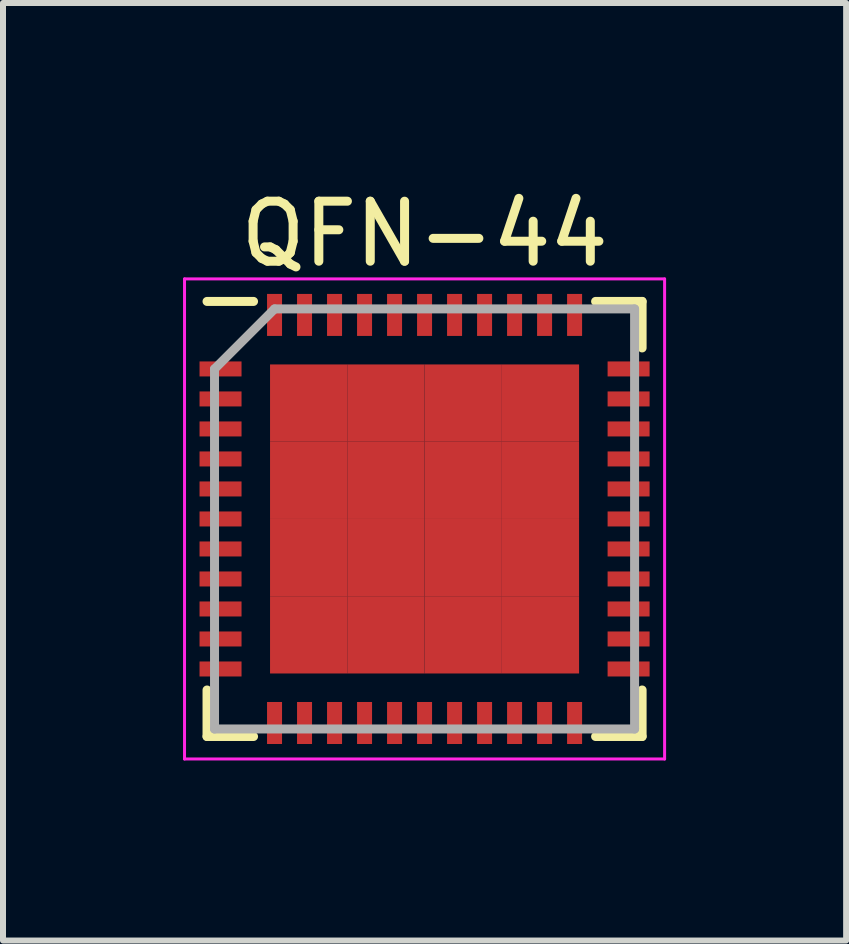
<source format=kicad_pcb>
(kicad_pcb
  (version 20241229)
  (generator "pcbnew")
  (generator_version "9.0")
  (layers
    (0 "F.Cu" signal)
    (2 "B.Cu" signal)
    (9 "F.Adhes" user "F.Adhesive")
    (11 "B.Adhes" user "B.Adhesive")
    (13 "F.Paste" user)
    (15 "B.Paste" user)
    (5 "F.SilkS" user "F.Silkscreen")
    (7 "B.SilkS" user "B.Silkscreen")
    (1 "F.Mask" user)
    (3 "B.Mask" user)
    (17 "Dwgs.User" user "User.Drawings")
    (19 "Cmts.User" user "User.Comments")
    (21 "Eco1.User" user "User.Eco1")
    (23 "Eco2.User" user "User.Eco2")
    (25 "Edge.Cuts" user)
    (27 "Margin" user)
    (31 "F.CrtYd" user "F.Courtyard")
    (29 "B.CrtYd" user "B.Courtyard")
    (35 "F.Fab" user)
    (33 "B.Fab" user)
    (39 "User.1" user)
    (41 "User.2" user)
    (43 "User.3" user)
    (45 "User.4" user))
  (footprint "QFN-44"
    (layer "F.Cu")
    (at 4.025 5.598)
    (property "Reference" "QFN-44" (at 0 -4.75 0) (layer "F.SilkS") (effects (font (size 1 1) (thickness 0.15))))
    (attr smd)
    (fp_line (start -3.625 -3.625) (end -2.85 -3.625) (stroke (width 0.15) (type solid)) (layer "F.SilkS"))
    (fp_line (start -3.625 3.625) (end -3.625 2.85) (stroke (width 0.15) (type solid)) (layer "F.SilkS"))
    (fp_line (start -3.625 3.625) (end -2.85 3.625) (stroke (width 0.15) (type solid)) (layer "F.SilkS"))
    (fp_line (start 3.625 -3.625) (end 2.85 -3.625) (stroke (width 0.15) (type solid)) (layer "F.SilkS"))
    (fp_line (start 3.625 -3.625) (end 3.625 -2.85) (stroke (width 0.15) (type solid)) (layer "F.SilkS"))
    (fp_line (start 3.625 3.625) (end 2.85 3.625) (stroke (width 0.15) (type solid)) (layer "F.SilkS"))
    (fp_line (start 3.625 3.625) (end 3.625 2.85) (stroke (width 0.15) (type solid)) (layer "F.SilkS"))
    (fp_line (start -4 -4) (end -4 4) (stroke (width 0.05) (type solid)) (layer "F.CrtYd"))
    (fp_line (start -4 -4) (end 4 -4) (stroke (width 0.05) (type solid)) (layer "F.CrtYd"))
    (fp_line (start -4 4) (end 4 4) (stroke (width 0.05) (type solid)) (layer "F.CrtYd"))
    (fp_line (start 4 -4) (end 4 4) (stroke (width 0.05) (type solid)) (layer "F.CrtYd"))
    (fp_line (start -3.5 -2.5) (end -2.5 -3.5) (stroke (width 0.15) (type solid)) (layer "F.Fab"))
    (fp_line (start -3.5 3.5) (end -3.5 -2.5) (stroke (width 0.15) (type solid)) (layer "F.Fab"))
    (fp_line (start -2.5 -3.5) (end 3.5 -3.5) (stroke (width 0.15) (type solid)) (layer "F.Fab"))
    (fp_line (start 3.5 -3.5) (end 3.5 3.5) (stroke (width 0.15) (type solid)) (layer "F.Fab"))
    (fp_line (start 3.5 3.5) (end -3.5 3.5) (stroke (width 0.15) (type solid)) (layer "F.Fab"))
    (pad "1" smd rect (at -3.4 -2.5) (size 0.7 0.25) (layers "F.Cu" "F.Mask" "F.Paste"))
    (pad "2" smd rect (at -3.4 -2) (size 0.7 0.25) (layers "F.Cu" "F.Mask" "F.Paste"))
    (pad "3" smd rect (at -3.4 -1.5) (size 0.7 0.25) (layers "F.Cu" "F.Mask" "F.Paste"))
    (pad "4" smd rect (at -3.4 -1) (size 0.7 0.25) (layers "F.Cu" "F.Mask" "F.Paste"))
    (pad "5" smd rect (at -3.4 -0.5) (size 0.7 0.25) (layers "F.Cu" "F.Mask" "F.Paste"))
    (pad "6" smd rect (at -3.4 0) (size 0.7 0.25) (layers "F.Cu" "F.Mask" "F.Paste"))
    (pad "7" smd rect (at -3.4 0.5) (size 0.7 0.25) (layers "F.Cu" "F.Mask" "F.Paste"))
    (pad "8" smd rect (at -3.4 1) (size 0.7 0.25) (layers "F.Cu" "F.Mask" "F.Paste"))
    (pad "9" smd rect (at -3.4 1.5) (size 0.7 0.25) (layers "F.Cu" "F.Mask" "F.Paste"))
    (pad "10" smd rect (at -3.4 2) (size 0.7 0.25) (layers "F.Cu" "F.Mask" "F.Paste"))
    (pad "11" smd rect (at -3.4 2.5) (size 0.7 0.25) (layers "F.Cu" "F.Mask" "F.Paste"))
    (pad "12" smd rect (at -2.5 3.4 90) (size 0.7 0.25) (layers "F.Cu" "F.Mask" "F.Paste"))
    (pad "13" smd rect (at -2 3.4 90) (size 0.7 0.25) (layers "F.Cu" "F.Mask" "F.Paste"))
    (pad "14" smd rect (at -1.5 3.4 90) (size 0.7 0.25) (layers "F.Cu" "F.Mask" "F.Paste"))
    (pad "15" smd rect (at -1 3.4 90) (size 0.7 0.25) (layers "F.Cu" "F.Mask" "F.Paste"))
    (pad "16" smd rect (at -0.5 3.4 90) (size 0.7 0.25) (layers "F.Cu" "F.Mask" "F.Paste"))
    (pad "17" smd rect (at 0 3.4 90) (size 0.7 0.25) (layers "F.Cu" "F.Mask" "F.Paste"))
    (pad "18" smd rect (at 0.5 3.4 90) (size 0.7 0.25) (layers "F.Cu" "F.Mask" "F.Paste"))
    (pad "19" smd rect (at 1 3.4 90) (size 0.7 0.25) (layers "F.Cu" "F.Mask" "F.Paste"))
    (pad "20" smd rect (at 1.5 3.4 90) (size 0.7 0.25) (layers "F.Cu" "F.Mask" "F.Paste"))
    (pad "21" smd rect (at 2 3.4 90) (size 0.7 0.25) (layers "F.Cu" "F.Mask" "F.Paste"))
    (pad "22" smd rect (at 2.5 3.4 90) (size 0.7 0.25) (layers "F.Cu" "F.Mask" "F.Paste"))
    (pad "23" smd rect (at 3.4 2.5) (size 0.7 0.25) (layers "F.Cu" "F.Mask" "F.Paste"))
    (pad "24" smd rect (at 3.4 2) (size 0.7 0.25) (layers "F.Cu" "F.Mask" "F.Paste"))
    (pad "25" smd rect (at 3.4 1.5) (size 0.7 0.25) (layers "F.Cu" "F.Mask" "F.Paste"))
    (pad "26" smd rect (at 3.4 1) (size 0.7 0.25) (layers "F.Cu" "F.Mask" "F.Paste"))
    (pad "27" smd rect (at 3.4 0.5) (size 0.7 0.25) (layers "F.Cu" "F.Mask" "F.Paste"))
    (pad "28" smd rect (at 3.4 0) (size 0.7 0.25) (layers "F.Cu" "F.Mask" "F.Paste"))
    (pad "29" smd rect (at 3.4 -0.5) (size 0.7 0.25) (layers "F.Cu" "F.Mask" "F.Paste"))
    (pad "30" smd rect (at 3.4 -1) (size 0.7 0.25) (layers "F.Cu" "F.Mask" "F.Paste"))
    (pad "31" smd rect (at 3.4 -1.5) (size 0.7 0.25) (layers "F.Cu" "F.Mask" "F.Paste"))
    (pad "32" smd rect (at 3.4 -2) (size 0.7 0.25) (layers "F.Cu" "F.Mask" "F.Paste"))
    (pad "33" smd rect (at 3.4 -2.5) (size 0.7 0.25) (layers "F.Cu" "F.Mask" "F.Paste"))
    (pad "34" smd rect (at 2.5 -3.4 90) (size 0.7 0.25) (layers "F.Cu" "F.Mask" "F.Paste"))
    (pad "35" smd rect (at 2 -3.4 90) (size 0.7 0.25) (layers "F.Cu" "F.Mask" "F.Paste"))
    (pad "36" smd rect (at 1.5 -3.4 90) (size 0.7 0.25) (layers "F.Cu" "F.Mask" "F.Paste"))
    (pad "37" smd rect (at 1 -3.4 90) (size 0.7 0.25) (layers "F.Cu" "F.Mask" "F.Paste"))
    (pad "38" smd rect (at 0.5 -3.4 90) (size 0.7 0.25) (layers "F.Cu" "F.Mask" "F.Paste"))
    (pad "39" smd rect (at 0 -3.4 90) (size 0.7 0.25) (layers "F.Cu" "F.Mask" "F.Paste"))
    (pad "40" smd rect (at -0.5 -3.4 90) (size 0.7 0.25) (layers "F.Cu" "F.Mask" "F.Paste"))
    (pad "41" smd rect (at -1 -3.4 90) (size 0.7 0.25) (layers "F.Cu" "F.Mask" "F.Paste"))
    (pad "42" smd rect (at -1.5 -3.4 90) (size 0.7 0.25) (layers "F.Cu" "F.Mask" "F.Paste"))
    (pad "43" smd rect (at -2 -3.4 90) (size 0.7 0.25) (layers "F.Cu" "F.Mask" "F.Paste"))
    (pad "44" smd rect (at -2.5 -3.4 90) (size 0.7 0.25) (layers "F.Cu" "F.Mask" "F.Paste"))
    (pad "45" smd rect (at -1.931 -1.931) (size 1.288 1.288) (layers "F.Cu" "F.Mask" "F.Paste"))
    (pad "45" smd rect (at -1.931 -0.644) (size 1.288 1.288) (layers "F.Cu" "F.Mask" "F.Paste"))
    (pad "45" smd rect (at -1.931 0.644) (size 1.288 1.288) (layers "F.Cu" "F.Mask" "F.Paste"))
    (pad "45" smd rect (at -1.931 1.931) (size 1.288 1.288) (layers "F.Cu" "F.Mask" "F.Paste"))
    (pad "45" smd rect (at -0.644 -1.931) (size 1.288 1.288) (layers "F.Cu" "F.Mask" "F.Paste"))
    (pad "45" smd rect (at -0.644 -0.644) (size 1.288 1.288) (layers "F.Cu" "F.Mask" "F.Paste"))
    (pad "45" smd rect (at -0.644 0.644) (size 1.288 1.288) (layers "F.Cu" "F.Mask" "F.Paste"))
    (pad "45" smd rect (at -0.644 1.931) (size 1.288 1.288) (layers "F.Cu" "F.Mask" "F.Paste"))
    (pad "45" smd rect (at 0.644 -1.931) (size 1.288 1.288) (layers "F.Cu" "F.Mask" "F.Paste"))
    (pad "45" smd rect (at 0.644 -0.644) (size 1.288 1.288) (layers "F.Cu" "F.Mask" "F.Paste"))
    (pad "45" smd rect (at 0.644 0.644) (size 1.288 1.288) (layers "F.Cu" "F.Mask" "F.Paste"))
    (pad "45" smd rect (at 0.644 1.931) (size 1.288 1.288) (layers "F.Cu" "F.Mask" "F.Paste"))
    (pad "45" smd rect (at 1.931 -1.931) (size 1.288 1.288) (layers "F.Cu" "F.Mask" "F.Paste"))
    (pad "45" smd rect (at 1.931 -0.644) (size 1.288 1.288) (layers "F.Cu" "F.Mask" "F.Paste"))
    (pad "45" smd rect (at 1.931 0.644) (size 1.288 1.288) (layers "F.Cu" "F.Mask" "F.Paste"))
    (pad "45" smd rect (at 1.931 1.931) (size 1.288 1.288) (layers "F.Cu" "F.Mask" "F.Paste")))
  (gr_rect
    (start -3 -3)
    (end 11.05 12.623)
    (stroke (width 0.1) (type default))
    (fill no)
    (layer "Edge.Cuts")))
</source>
